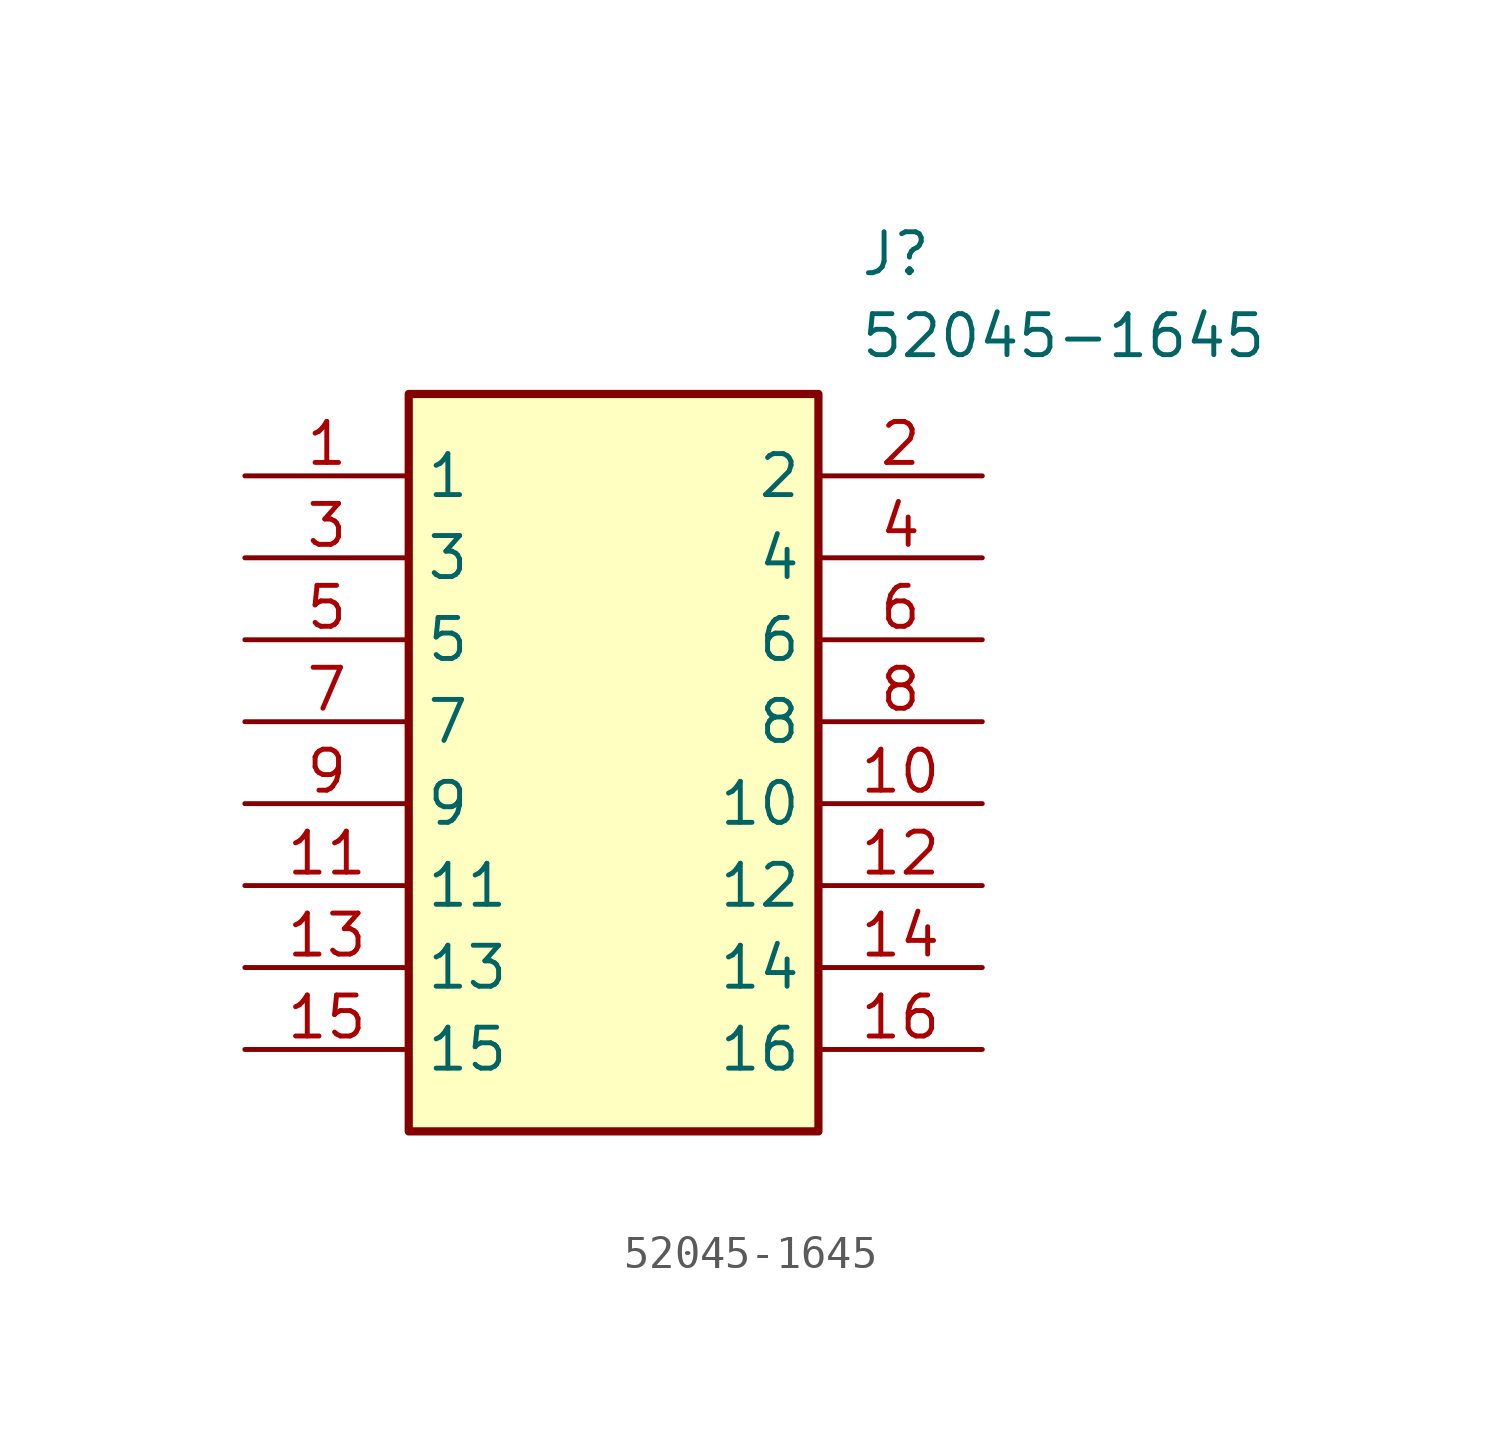
<source format=kicad_sym>
(kicad_symbol_lib
  (version 20231120)
  (generator "kicad_symbol_editor")
  (generator_version "8.0")
  (symbol "52045-1645"
    (property "Reference" "J"
      (at 19.05 7.62 0)
      (effects (font (size 1.27 1.27)) (justify left top)))
    (property "Value" "52045-1645"
      (at 19.05 5.08 0)
      (effects (font (size 1.27 1.27)) (justify left top)))
    (symbol "52045-1645_1_1"
      (rectangle (start 5.08 2.54) (end 17.78 -20.32) (stroke (width 0.254) (type default)) (fill (type background)))
      (pin passive line (at 0 0 0) (length 5.08) (name "1" (effects (font (size 1.27 1.27)))) (number "1" (effects (font (size 1.27 1.27)))))
      (pin passive line (at 22.86 -10.16 180) (length 5.08) (name "10" (effects (font (size 1.27 1.27)))) (number "10" (effects (font (size 1.27 1.27)))))
      (pin passive line (at 0 -12.7 0) (length 5.08) (name "11" (effects (font (size 1.27 1.27)))) (number "11" (effects (font (size 1.27 1.27)))))
      (pin passive line (at 22.86 -12.7 180) (length 5.08) (name "12" (effects (font (size 1.27 1.27)))) (number "12" (effects (font (size 1.27 1.27)))))
      (pin passive line (at 0 -15.24 0) (length 5.08) (name "13" (effects (font (size 1.27 1.27)))) (number "13" (effects (font (size 1.27 1.27)))))
      (pin passive line (at 22.86 -15.24 180) (length 5.08) (name "14" (effects (font (size 1.27 1.27)))) (number "14" (effects (font (size 1.27 1.27)))))
      (pin passive line (at 0 -17.78 0) (length 5.08) (name "15" (effects (font (size 1.27 1.27)))) (number "15" (effects (font (size 1.27 1.27)))))
      (pin passive line (at 22.86 -17.78 180) (length 5.08) (name "16" (effects (font (size 1.27 1.27)))) (number "16" (effects (font (size 1.27 1.27)))))
      (pin passive line (at 22.86 0 180) (length 5.08) (name "2" (effects (font (size 1.27 1.27)))) (number "2" (effects (font (size 1.27 1.27)))))
      (pin passive line (at 0 -2.54 0) (length 5.08) (name "3" (effects (font (size 1.27 1.27)))) (number "3" (effects (font (size 1.27 1.27)))))
      (pin passive line (at 22.86 -2.54 180) (length 5.08) (name "4" (effects (font (size 1.27 1.27)))) (number "4" (effects (font (size 1.27 1.27)))))
      (pin passive line (at 0 -5.08 0) (length 5.08) (name "5" (effects (font (size 1.27 1.27)))) (number "5" (effects (font (size 1.27 1.27)))))
      (pin passive line (at 22.86 -5.08 180) (length 5.08) (name "6" (effects (font (size 1.27 1.27)))) (number "6" (effects (font (size 1.27 1.27)))))
      (pin passive line (at 0 -7.62 0) (length 5.08) (name "7" (effects (font (size 1.27 1.27)))) (number "7" (effects (font (size 1.27 1.27)))))
      (pin passive line (at 22.86 -7.62 180) (length 5.08) (name "8" (effects (font (size 1.27 1.27)))) (number "8" (effects (font (size 1.27 1.27)))))
      (pin passive line (at 0 -10.16 0) (length 5.08) (name "9" (effects (font (size 1.27 1.27)))) (number "9" (effects (font (size 1.27 1.27))))))))
</source>
